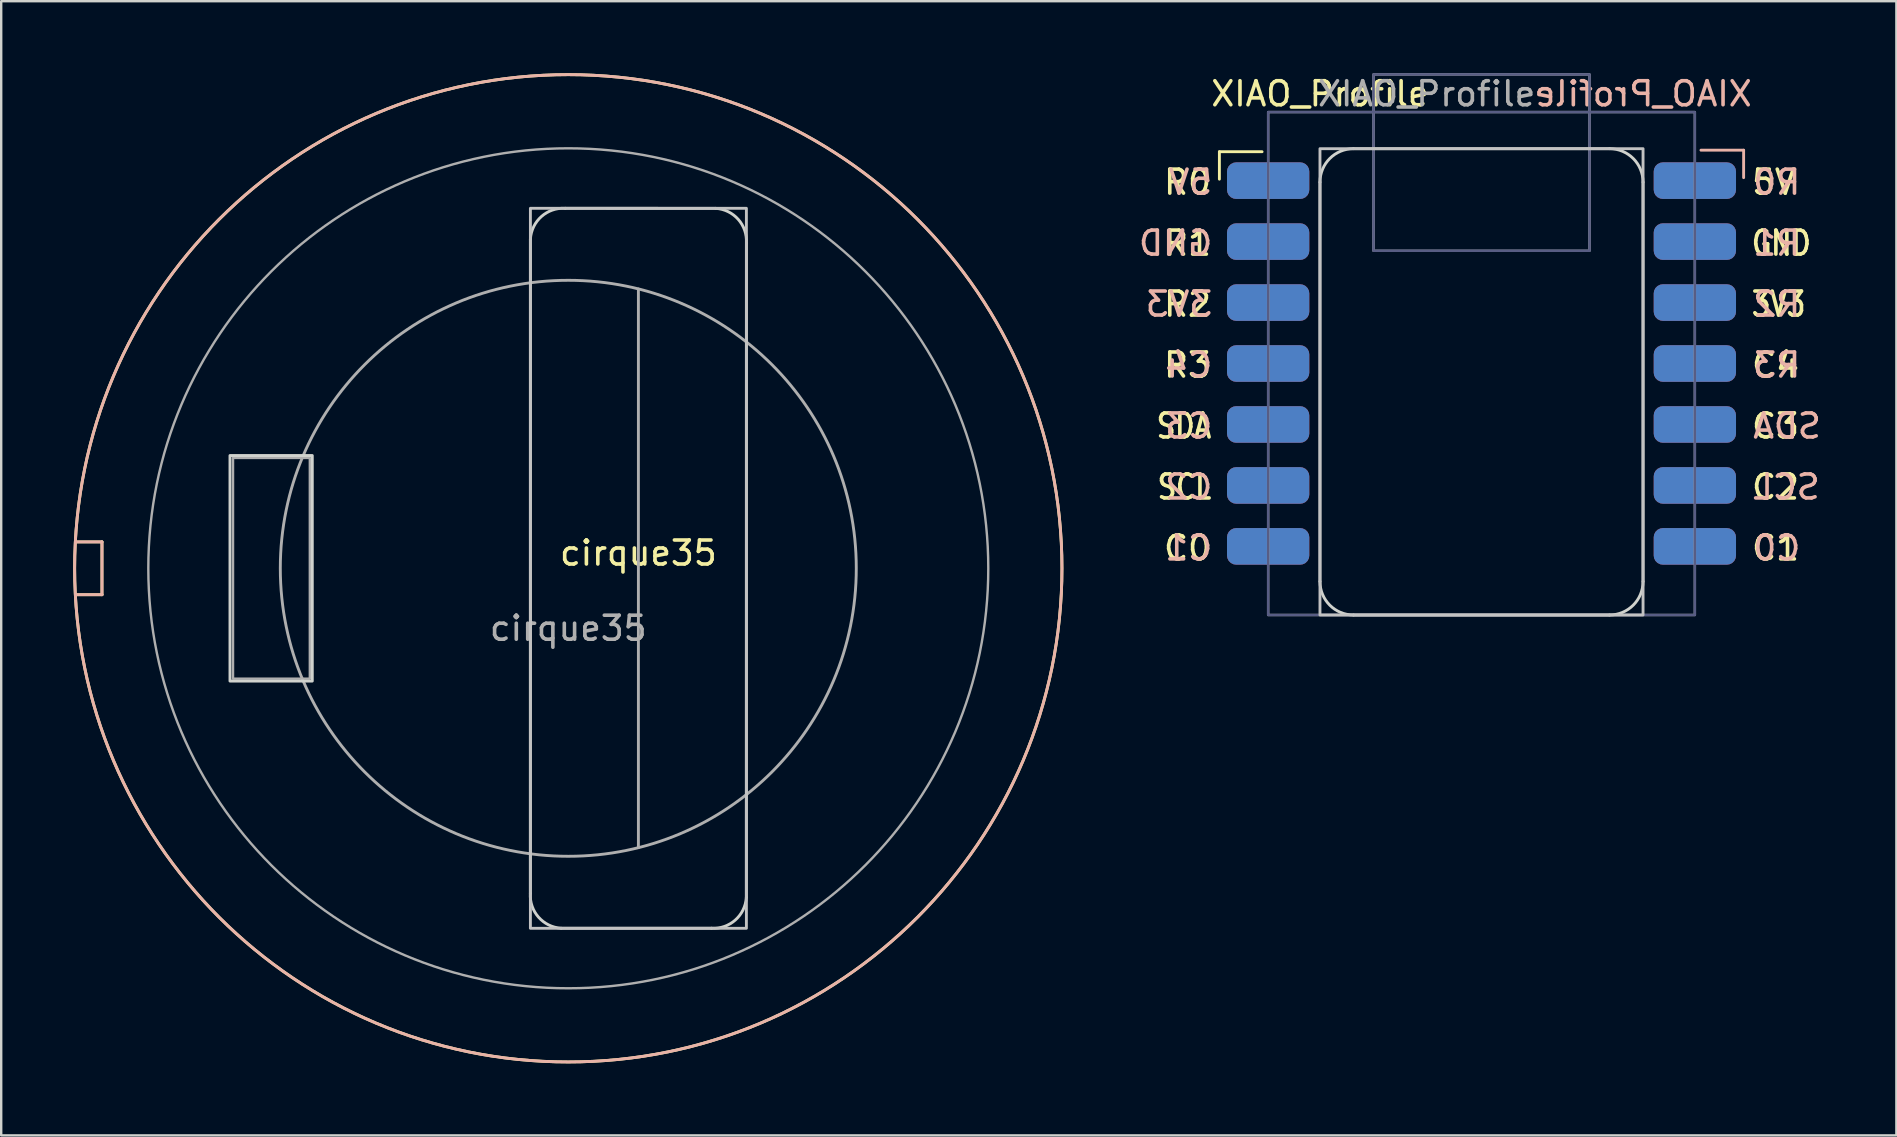
<source format=kicad_pcb>
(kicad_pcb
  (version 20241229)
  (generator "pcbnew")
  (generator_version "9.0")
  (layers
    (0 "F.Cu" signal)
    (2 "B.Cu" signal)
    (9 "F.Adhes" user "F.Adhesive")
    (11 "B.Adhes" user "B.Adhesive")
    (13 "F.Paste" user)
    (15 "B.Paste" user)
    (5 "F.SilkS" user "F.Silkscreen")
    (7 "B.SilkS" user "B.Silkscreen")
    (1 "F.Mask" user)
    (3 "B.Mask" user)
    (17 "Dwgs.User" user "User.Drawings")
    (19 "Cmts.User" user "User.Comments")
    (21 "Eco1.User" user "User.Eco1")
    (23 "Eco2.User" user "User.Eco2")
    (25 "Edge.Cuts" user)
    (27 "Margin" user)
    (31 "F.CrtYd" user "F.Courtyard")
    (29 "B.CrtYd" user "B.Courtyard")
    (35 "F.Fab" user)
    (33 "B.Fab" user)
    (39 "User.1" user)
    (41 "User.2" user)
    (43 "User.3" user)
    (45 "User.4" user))
  (footprint "XIAO_Profile"
    (layer "F.Cu")
    (at 49.792 1.621)
    (property "Reference" "XIAO_Profile" (at 2.159 -0.762 0) (unlocked yes) (layer "F.SilkS") (effects (font (size 1 1) (thickness 0.15))))
    (attr smd)
    (fp_line (start -2.032 1.651) (end -2.032 2.794) (stroke (width 0.12) (type solid)) (layer "F.SilkS"))
    (fp_line (start -0.254 1.651) (end -2.032 1.651) (stroke (width 0.12) (type solid)) (layer "F.SilkS"))
    (fp_line (start 18.034 1.587) (end 19.812 1.587) (stroke (width 0.12) (type solid)) (layer "B.SilkS"))
    (fp_line (start 19.812 1.587) (end 19.812 2.731) (stroke (width 0.12) (type solid)) (layer "B.SilkS"))
    (fp_rect (start 2.159 1.524) (end 15.621 20.955) (stroke (width 0.12) (type solid)) (fill no) (layer "Dwgs.User"))
    (fp_line (start 2.159 2.921) (end 2.159 19.558) (stroke (width 0.12) (type solid)) (layer "Edge.Cuts"))
    (fp_line (start 3.556 20.955) (end 14.224 20.955) (stroke (width 0.12) (type solid)) (layer "Edge.Cuts"))
    (fp_line (start 14.224 1.524) (end 3.556 1.524) (stroke (width 0.12) (type solid)) (layer "Edge.Cuts"))
    (fp_line (start 15.621 19.558) (end 15.621 2.921) (stroke (width 0.12) (type solid)) (layer "Edge.Cuts"))
    (fp_arc (start 2.159 2.921) (mid 2.568172 1.933172) (end 3.556 1.524) (stroke (width 0.12) (type solid)) (layer "Edge.Cuts"))
    (fp_arc (start 3.556 20.955) (mid 2.568172 20.545828) (end 2.159 19.558) (stroke (width 0.12) (type solid)) (layer "Edge.Cuts"))
    (fp_arc (start 14.224 1.524) (mid 15.211828 1.933172) (end 15.621 2.921) (stroke (width 0.12) (type solid)) (layer "Edge.Cuts"))
    (fp_arc (start 15.621 19.558) (mid 15.211828 20.545828) (end 14.224 20.955) (stroke (width 0.12) (type solid)) (layer "Edge.Cuts"))
    (fp_rect (start 0 0) (end 17.78 20.955) (stroke (width 0.1) (type solid)) (fill no) (layer "B.Fab"))
    (fp_rect (start 4.39 -1.571) (end 13.39 5.78) (stroke (width 0.1) (type solid)) (fill no) (layer "B.Fab"))
    (fp_rect (start 0 0) (end 17.78 20.955) (stroke (width 0.1) (type solid)) (fill no) (layer "F.Fab"))
    (fp_rect (start 4.39 -1.571) (end 13.39 5.78) (stroke (width 0.1) (type solid)) (fill no) (layer "F.Fab"))
    (fp_text user "C1" (at 20.066 18.161 0) (unlocked yes) (layer "F.SilkS") (effects (font (size 1 1) (thickness 0.15)) (justify left)))
    (fp_text user "R1" (at -2.286 5.461 0) (unlocked yes) (layer "F.SilkS") (effects (font (size 1 1) (thickness 0.15)) (justify right)))
    (fp_text user "3V3" (at 20.066 8.001 0) (unlocked yes) (layer "F.SilkS") (effects (font (size 1 0.8) (thickness 0.15)) (justify left)))
    (fp_text user "5V" (at 20.066 2.921 0) (unlocked yes) (layer "F.SilkS") (effects (font (size 1 1) (thickness 0.15)) (justify left)))
    (fp_text user "C2" (at 20.066 15.621 0) (unlocked yes) (layer "F.SilkS") (effects (font (size 1 1) (thickness 0.15)) (justify left)))
    (fp_text user "R3" (at -2.286 10.541 0) (unlocked yes) (layer "F.SilkS") (effects (font (size 1 1) (thickness 0.15)) (justify right)))
    (fp_text user "SCL" (at -2.286 15.621 0) (unlocked yes) (layer "F.SilkS") (effects (font (size 1 0.8) (thickness 0.15)) (justify right)))
    (fp_text user "C4" (at 20.066 10.541 0) (unlocked yes) (layer "F.SilkS") (effects (font (size 1 1) (thickness 0.15)) (justify left)))
    (fp_text user "R0" (at -2.286 2.921 0) (unlocked yes) (layer "F.SilkS") (effects (font (size 1 1) (thickness 0.15)) (justify right)))
    (fp_text user "C0" (at -2.286 18.161 0) (unlocked yes) (layer "F.SilkS") (effects (font (size 1 1) (thickness 0.15)) (justify right)))
    (fp_text user "SDA" (at -2.286 13.081 0) (unlocked yes) (layer "F.SilkS") (effects (font (size 1 0.8) (thickness 0.15)) (justify right)))
    (fp_text user "R2" (at -2.286 8.001 0) (unlocked yes) (layer "F.SilkS") (effects (font (size 1 1) (thickness 0.15)) (justify right)))
    (fp_text user "C3" (at 20.066 13.081 0) (unlocked yes) (layer "F.SilkS") (effects (font (size 1 1) (thickness 0.15)) (justify left)))
    (fp_text user "GND" (at 20.066 5.461 0) (unlocked yes) (layer "F.SilkS") (effects (font (size 1 0.8) (thickness 0.15)) (justify left)))
    (fp_text user "C3" (at -2.234 13.081 0) (unlocked yes) (layer "B.SilkS") (effects (font (size 1 1) (thickness 0.15)) (justify left mirror)))
    (fp_text user "C2" (at -2.234 15.621 0) (unlocked yes) (layer "B.SilkS") (effects (font (size 1 1) (thickness 0.15)) (justify left mirror)))
    (fp_text user "R1" (at 20.118 5.461 0) (unlocked yes) (layer "B.SilkS") (effects (font (size 1 1) (thickness 0.15)) (justify right mirror)))
    (fp_text user "${REFERENCE}" (at 15.621 -0.762 0) (unlocked yes) (layer "B.SilkS") (effects (font (size 1 1) (thickness 0.15)) (justify mirror)))
    (fp_text user "R2" (at 20.118 8.001 0) (unlocked yes) (layer "B.SilkS") (effects (font (size 1 1) (thickness 0.15)) (justify right mirror)))
    (fp_text user "5V" (at -2.234 2.921 0) (unlocked yes) (layer "B.SilkS") (effects (font (size 1 1) (thickness 0.15)) (justify left mirror)))
    (fp_text user "R0" (at 20.118 2.921 0) (unlocked yes) (layer "B.SilkS") (effects (font (size 1 1) (thickness 0.15)) (justify right mirror)))
    (fp_text user "3V3" (at -2.234 8.001 0) (unlocked yes) (layer "B.SilkS") (effects (font (size 1 1) (thickness 0.15)) (justify left mirror)))
    (fp_text user "SCL" (at 20.118 15.621 0) (unlocked yes) (layer "B.SilkS") (effects (font (size 1 1) (thickness 0.15)) (justify right mirror)))
    (fp_text user "C0" (at 20.118 18.161 0) (unlocked yes) (layer "B.SilkS") (effects (font (size 1 1) (thickness 0.15)) (justify right mirror)))
    (fp_text user "C1" (at -2.234 18.161 0) (unlocked yes) (layer "B.SilkS") (effects (font (size 1 1) (thickness 0.15)) (justify left mirror)))
    (fp_text user "GND" (at -2.234 5.461 0) (unlocked yes) (layer "B.SilkS") (effects (font (size 1 1) (thickness 0.15)) (justify left mirror)))
    (fp_text user "C4" (at -2.234 10.541 0) (unlocked yes) (layer "B.SilkS") (effects (font (size 1 1) (thickness 0.15)) (justify left mirror)))
    (fp_text user "R3" (at 20.118 10.541 0) (unlocked yes) (layer "B.SilkS") (effects (font (size 1 1) (thickness 0.15)) (justify right mirror)))
    (fp_text user "SDA" (at 20.118 13.081 0) (unlocked yes) (layer "B.SilkS") (effects (font (size 1 1) (thickness 0.15)) (justify right mirror)))
    (fp_text user "${REFERENCE}" (at 6.604 -0.762 0) (unlocked yes) (layer "F.Fab") (effects (font (size 1 1) (thickness 0.15))))
    (pad "1" smd roundrect (at 0 2.856) (size 3.429 1.524) (layers "F.Cu" "F.Mask" "F.Paste") (roundrect_rratio 0.25))
    (pad "1" smd roundrect (at 17.78 2.856) (size 3.429 1.524) (layers "B.Cu" "B.Mask" "B.Paste") (roundrect_rratio 0.25))
    (pad "2" smd roundrect (at 0 5.396) (size 3.429 1.524) (layers "F.Cu" "F.Mask" "F.Paste") (roundrect_rratio 0.25))
    (pad "2" smd roundrect (at 17.78 5.396) (size 3.429 1.524) (layers "B.Cu" "B.Mask" "B.Paste") (roundrect_rratio 0.25))
    (pad "3" smd roundrect (at 0 7.936) (size 3.429 1.524) (layers "F.Cu" "F.Mask" "F.Paste") (roundrect_rratio 0.25))
    (pad "3" smd roundrect (at 17.78 7.936) (size 3.429 1.524) (layers "B.Cu" "B.Mask" "B.Paste") (roundrect_rratio 0.25))
    (pad "4" smd roundrect (at 0 10.476) (size 3.429 1.524) (layers "F.Cu" "F.Mask" "F.Paste") (roundrect_rratio 0.25))
    (pad "4" smd roundrect (at 17.78 10.476) (size 3.429 1.524) (layers "B.Cu" "B.Mask" "B.Paste") (roundrect_rratio 0.25))
    (pad "5" smd roundrect (at 0 13.016) (size 3.429 1.524) (layers "F.Cu" "F.Mask" "F.Paste") (roundrect_rratio 0.25))
    (pad "5" smd roundrect (at 17.78 13.016) (size 3.429 1.524) (layers "B.Cu" "B.Mask" "B.Paste") (roundrect_rratio 0.25))
    (pad "6" smd roundrect (at 0 15.556) (size 3.429 1.524) (layers "F.Cu" "F.Mask" "F.Paste") (roundrect_rratio 0.25))
    (pad "6" smd roundrect (at 17.78 15.556) (size 3.429 1.524) (layers "B.Cu" "B.Mask" "B.Paste") (roundrect_rratio 0.25))
    (pad "7" smd roundrect (at 0 18.096) (size 3.429 1.524) (layers "F.Cu" "F.Mask" "F.Paste") (roundrect_rratio 0.25))
    (pad "7" smd roundrect (at 17.78 18.096) (size 3.429 1.524) (layers "B.Cu" "B.Mask" "B.Paste") (roundrect_rratio 0.25))
    (pad "8" smd roundrect (at 0 18.096) (size 3.429 1.524) (layers "B.Cu" "B.Mask" "B.Paste") (roundrect_rratio 0.25))
    (pad "8" smd roundrect (at 17.78 18.096) (size 3.429 1.524) (layers "F.Cu" "F.Mask" "F.Paste") (roundrect_rratio 0.25))
    (pad "9" smd roundrect (at 0 15.556) (size 3.429 1.524) (layers "B.Cu" "B.Mask" "B.Paste") (roundrect_rratio 0.25))
    (pad "9" smd roundrect (at 17.78 15.556) (size 3.429 1.524) (layers "F.Cu" "F.Mask" "F.Paste") (roundrect_rratio 0.25))
    (pad "10" smd roundrect (at 0 13.016) (size 3.429 1.524) (layers "B.Cu" "B.Mask" "B.Paste") (roundrect_rratio 0.25))
    (pad "10" smd roundrect (at 17.78 13.016) (size 3.429 1.524) (layers "F.Cu" "F.Mask" "F.Paste") (roundrect_rratio 0.25))
    (pad "11" smd roundrect (at 0 10.476) (size 3.429 1.524) (layers "B.Cu" "B.Mask" "B.Paste") (roundrect_rratio 0.25))
    (pad "11" smd roundrect (at 17.78 10.476) (size 3.429 1.524) (layers "F.Cu" "F.Mask" "F.Paste") (roundrect_rratio 0.25))
    (pad "12" smd roundrect (at 0 7.936) (size 3.429 1.524) (layers "B.Cu" "B.Mask" "B.Paste") (roundrect_rratio 0.25))
    (pad "12" smd roundrect (at 17.78 7.936) (size 3.429 1.524) (layers "F.Cu" "F.Mask" "F.Paste") (roundrect_rratio 0.25))
    (pad "13" smd roundrect (at 0 5.396) (size 3.429 1.524) (layers "B.Cu" "B.Mask" "B.Paste") (roundrect_rratio 0.25))
    (pad "13" smd roundrect (at 17.78 5.396) (size 3.429 1.524) (layers "F.Cu" "F.Mask" "F.Paste") (roundrect_rratio 0.25))
    (pad "14" smd roundrect (at 0 2.856) (size 3.429 1.524) (layers "B.Cu" "B.Mask" "B.Paste") (roundrect_rratio 0.25))
    (pad "14" smd roundrect (at 17.78 2.856) (size 3.429 1.524) (layers "F.Cu" "F.Mask" "F.Paste") (roundrect_rratio 0.25)))
  (footprint "cirque35"
    (layer "F.Cu")
    (at 20.63 20.63)
    (property "Reference" "cirque35" (at 2.921 -0.635 0) (unlocked yes) (layer "F.SilkS") (effects (font (size 1 1) (thickness 0.15))))
    (attr smd)
    (fp_line (start -20.527 -1.1) (end -19.431 -1.1) (stroke (width 0.12) (type solid)) (layer "F.SilkS"))
    (fp_line (start -19.431 -1.1) (end -19.431 1.1) (stroke (width 0.12) (type solid)) (layer "F.SilkS"))
    (fp_line (start -19.431 1.1) (end -20.521 1.1) (stroke (width 0.12) (type solid)) (layer "F.SilkS"))
    (fp_circle (center 0 0) (end 20.57 0) (stroke (width 0.12) (type solid)) (fill no) (layer "F.SilkS"))
    (fp_line (start -20.527 1.1) (end -19.431 1.1) (stroke (width 0.12) (type solid)) (layer "B.SilkS"))
    (fp_line (start -19.431 -1.1) (end -20.521 -1.1) (stroke (width 0.12) (type solid)) (layer "B.SilkS"))
    (fp_line (start -19.431 1.1) (end -19.431 -1.1) (stroke (width 0.12) (type solid)) (layer "B.SilkS"))
    (fp_circle (center 0 0) (end 20.57 0) (stroke (width 0.12) (type solid)) (fill no) (layer "B.SilkS"))
    (fp_rect (start -1.579 -15) (end 7.421 15) (stroke (width 0.12) (type solid)) (fill no) (layer "Dwgs.User"))
    (fp_line (start -1.581 13.546) (end -1.579 -13.716) (stroke (width 0.12) (type solid)) (layer "Edge.Cuts"))
    (fp_line (start -0.127 -15) (end 6.139 -14.998) (stroke (width 0.12) (type solid)) (layer "Edge.Cuts"))
    (fp_line (start 5.967 14.998) (end -0.297 14.998) (stroke (width 0.12) (type solid)) (layer "Edge.Cuts"))
    (fp_line (start 7.423 -13.546) (end 7.419 13.714) (stroke (width 0.12) (type solid)) (layer "Edge.Cuts"))
    (fp_rect (start -14.097 -4.699) (end -10.668 4.699) (stroke (width 0.12) (type solid)) (fill no) (layer "Edge.Cuts"))
    (fp_arc (start -1.579 -13.716) (mid -1.118925 -14.658719) (end -0.127 -15) (stroke (width 0.12) (type solid)) (layer "Edge.Cuts"))
    (fp_arc (start -0.296787 14.998068) (mid -1.239506 14.537993) (end -1.580787 13.546068) (stroke (width 0.12) (type solid)) (layer "Edge.Cuts"))
    (fp_arc (start 6.139102 -14.998432) (mid 7.081821 -14.538357) (end 7.423102 -13.546432) (stroke (width 0.12) (type solid)) (layer "Edge.Cuts"))
    (fp_arc (start 7.418732 13.714067) (mid 6.958657 14.656786) (end 5.966732 14.998067) (stroke (width 0.12) (type solid)) (layer "Edge.Cuts"))
    (fp_line (start 2.921 -11.637) (end 2.921 11.637) (stroke (width 0.12) (type solid)) (layer "F.Fab"))
    (fp_rect (start -13.97 -4.6) (end -10.77 4.6) (stroke (width 0.1) (type solid)) (fill no) (layer "F.Fab"))
    (fp_circle (center 0 0) (end 12 0) (stroke (width 0.12) (type solid)) (fill no) (layer "F.Fab"))
    (fp_circle (center 0 0) (end 17.5 0) (stroke (width 0.1) (type solid)) (fill no) (layer "F.Fab"))
    (fp_text user "${REFERENCE}" (at 0 2.5 0) (unlocked yes) (layer "F.Fab") (effects (font (size 1 1) (thickness 0.15)))))
  (gr_rect
    (start -3 -3)
    (end 75.969 44.26)
    (stroke (width 0.1) (type default))
    (fill no)
    (layer "Edge.Cuts")))
</source>
